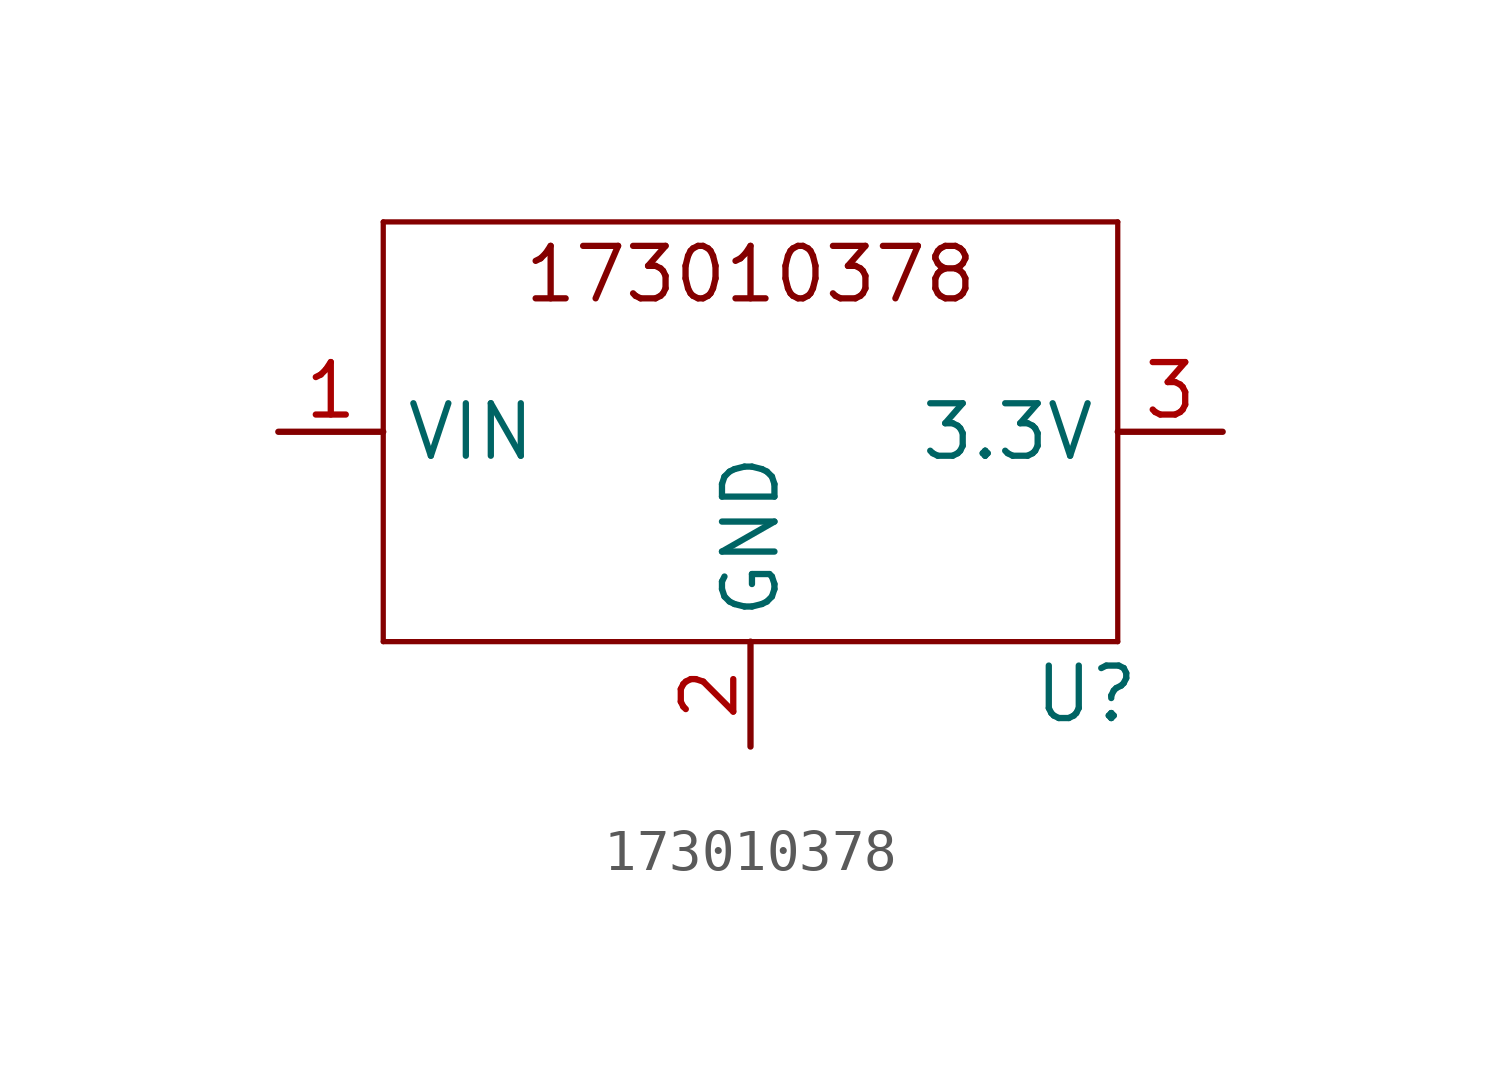
<source format=kicad_sym>
(kicad_symbol_lib
  (version 20231120)
  (generator "kicad_symbol_editor")
  (generator_version "8.0")
  (symbol "173010378"
    (property "Reference" "U"
      (at 8.128 -6.35 0)
      (effects (font (size 1.27 1.27))))
    (property "Value" ""
      (at 0 0 0)
      (effects (font (size 1.27 1.27))))
    (symbol "173010378_0_1"
      (polyline (pts (xy -8.89 -5.08) (xy 8.89 -5.08)) (stroke (width 0.127) (type default)) (fill (type none)))
      (polyline (pts (xy -8.89 5.08) (xy -8.89 -5.08)) (stroke (width 0.127) (type default)) (fill (type none)))
      (polyline (pts (xy 8.89 -5.08) (xy 8.89 5.08)) (stroke (width 0.127) (type default)) (fill (type none)))
      (polyline (pts (xy 8.89 5.08) (xy -8.89 5.08)) (stroke (width 0.127) (type default)) (fill (type none))))
    (symbol "173010378_1_1"
      (text "173010378" (at 0 3.81 0) (effects (font (size 1.27 1.27))))
      (pin power_in line (at -11.43 0 0) (length 2.54) (name "VIN" (effects (font (size 1.27 1.27)))) (number "1" (effects (font (size 1.27 1.27)))))
      (pin power_in line (at 0 -7.62 90) (length 2.54) (name "GND" (effects (font (size 1.27 1.27)))) (number "2" (effects (font (size 1.27 1.27)))))
      (pin power_out line (at 11.43 0 180) (length 2.54) (name "3.3V" (effects (font (size 1.27 1.27)))) (number "3" (effects (font (size 1.27 1.27))))))))
</source>
